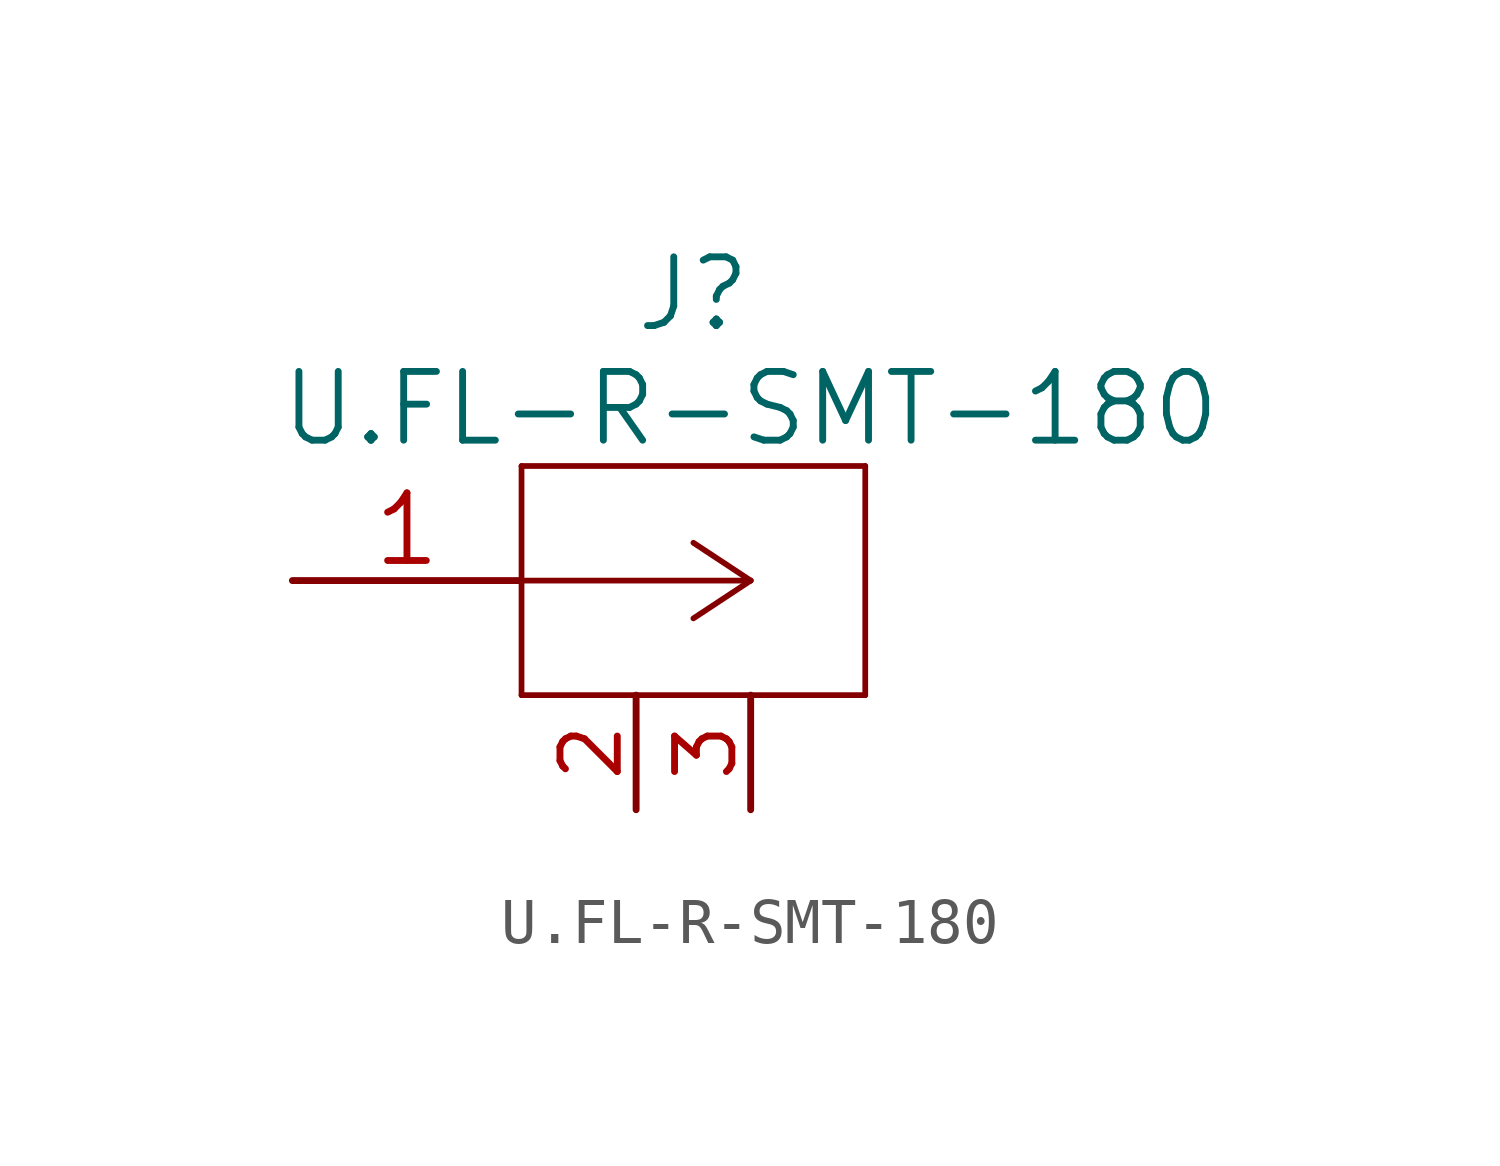
<source format=kicad_sym>
(kicad_symbol_lib
  (version 20211014)
  (generator kicad_symbol_editor)
  (symbol "U.FL-R-SMT-180"
    (pin_names
      (offset 0.254) hide)
    (property "Reference" "J"
      (at 8.89 6.35 0)
      (effects (font (size 1.524 1.524))))
    (property "Value" "U.FL-R-SMT-180"
      (at 10.16 3.81 0)
      (effects (font (size 1.524 1.524))))
    (property "Datasheet" ""
      (at 0 0 0)
      (effects (font (size 1.524 1.524))))
    (property "ki_locked" ""
      (at 0 0 0)
      (effects (font (size 1.27 1.27))))
    (symbol "U.FL-R-SMT-180_1_1"
      (polyline (pts (xy 5.08 -2.54) (xy 12.7 -2.54)) (stroke (width 0.127) (type default) (color 0 0 0 0)) (fill (type none)))
      (polyline (pts (xy 5.08 2.54) (xy 5.08 -2.54)) (stroke (width 0.127) (type default) (color 0 0 0 0)) (fill (type none)))
      (polyline (pts (xy 10.16 0) (xy 5.08 0)) (stroke (width 0.127) (type default) (color 0 0 0 0)) (fill (type none)))
      (polyline (pts (xy 10.16 0) (xy 8.89 -0.838)) (stroke (width 0.127) (type default) (color 0 0 0 0)) (fill (type none)))
      (polyline (pts (xy 10.16 0) (xy 8.89 0.838)) (stroke (width 0.127) (type default) (color 0 0 0 0)) (fill (type none)))
      (polyline (pts (xy 12.7 -2.54) (xy 12.7 2.54)) (stroke (width 0.127) (type default) (color 0 0 0 0)) (fill (type none)))
      (polyline (pts (xy 12.7 2.54) (xy 5.08 2.54)) (stroke (width 0.127) (type default) (color 0 0 0 0)) (fill (type none)))
      (pin output line (at 0 0 0) (length 5.08) (name "1" (effects (font (size 1.499 1.499)))) (number "1" (effects (font (size 1.499 1.499)))))
      (pin power_in line (at 7.62 -5.08 90) (length 2.54) (name "GND" (effects (font (size 1.27 1.27)))) (number "2" (effects (font (size 1.27 1.27)))))
      (pin power_in line (at 10.16 -5.08 90) (length 2.54) (name "GND" (effects (font (size 1.27 1.27)))) (number "3" (effects (font (size 1.27 1.27))))))))
</source>
